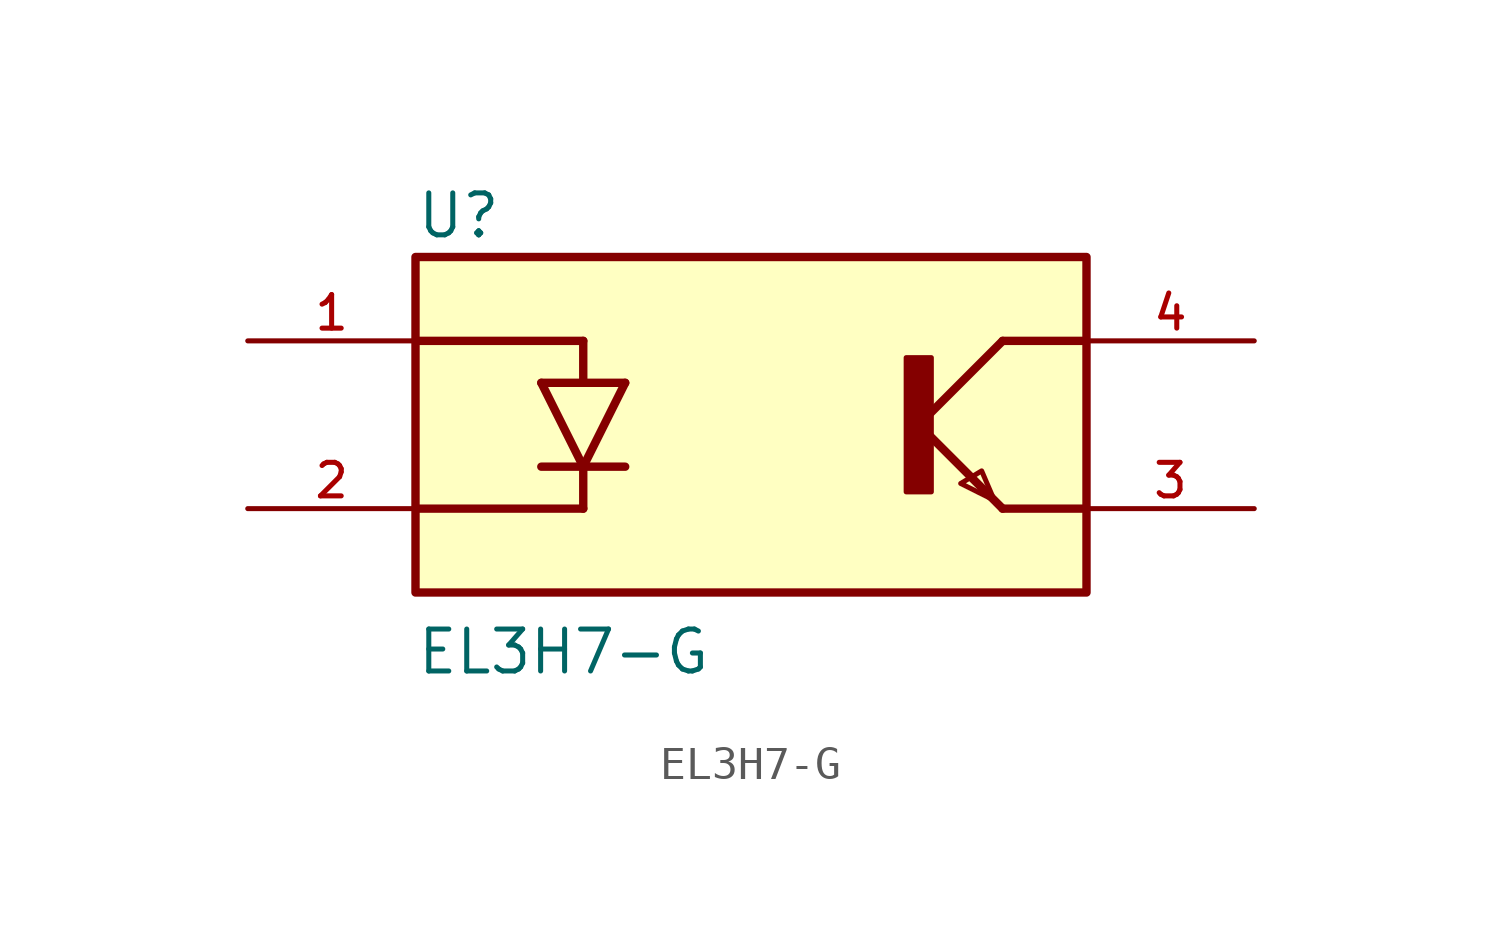
<source format=kicad_sym>
(kicad_symbol_lib
  (version 20211014)
  (generator kicad_symbol_editor)
  (symbol "EL3H7-G"
    (pin_names
      (offset 1.016) hide)
    (property "Reference" "U"
      (at -10.16 5.588 0)
      (effects (font (size 1.27 1.27)) (justify left bottom)))
    (property "Value" "EL3H7-G"
      (at -10.16 -7.62 0)
      (effects (font (size 1.27 1.27)) (justify left bottom)))
    (property "ki_locked" ""
      (at 0 0 0)
      (effects (font (size 1.27 1.27))))
    (symbol "EL3H7-G_0_0"
      (rectangle (start -10.16 -5.08) (end 10.16 5.08) (stroke (width 0.254) (type default) (color 0 0 0 0)) (fill (type background)))
      (polyline (pts (xy -10.16 -2.54) (xy -5.08 -2.54)) (stroke (width 0.254) (type default) (color 0 0 0 0)) (fill (type none)))
      (polyline (pts (xy -10.16 2.54) (xy -5.08 2.54)) (stroke (width 0.254) (type default) (color 0 0 0 0)) (fill (type none)))
      (polyline (pts (xy -6.35 -1.27) (xy -5.08 -1.27)) (stroke (width 0.254) (type default) (color 0 0 0 0)) (fill (type none)))
      (polyline (pts (xy -6.35 1.27) (xy -5.08 -1.27)) (stroke (width 0.254) (type default) (color 0 0 0 0)) (fill (type none)))
      (polyline (pts (xy -6.35 1.27) (xy -5.08 1.27)) (stroke (width 0.254) (type default) (color 0 0 0 0)) (fill (type none)))
      (polyline (pts (xy -5.08 -1.27) (xy -5.08 -2.54)) (stroke (width 0.254) (type default) (color 0 0 0 0)) (fill (type none)))
      (polyline (pts (xy -5.08 -1.27) (xy -3.81 -1.27)) (stroke (width 0.254) (type default) (color 0 0 0 0)) (fill (type none)))
      (polyline (pts (xy -5.08 -1.27) (xy -3.81 1.27)) (stroke (width 0.254) (type default) (color 0 0 0 0)) (fill (type none)))
      (polyline (pts (xy -5.08 1.27) (xy -5.08 2.54)) (stroke (width 0.254) (type default) (color 0 0 0 0)) (fill (type none)))
      (polyline (pts (xy -5.08 1.27) (xy -3.81 1.27)) (stroke (width 0.254) (type default) (color 0 0 0 0)) (fill (type none)))
      (polyline (pts (xy 5.08 0) (xy 7.62 -2.54)) (stroke (width 0.254) (type default) (color 0 0 0 0)) (fill (type none)))
      (polyline (pts (xy 7.62 -2.54) (xy 10.16 -2.54)) (stroke (width 0.254) (type default) (color 0 0 0 0)) (fill (type none)))
      (polyline (pts (xy 7.62 2.54) (xy 5.08 0)) (stroke (width 0.254) (type default) (color 0 0 0 0)) (fill (type none)))
      (polyline (pts (xy 7.62 2.54) (xy 10.16 2.54)) (stroke (width 0.254) (type default) (color 0 0 0 0)) (fill (type none)))
      (polyline (pts (xy 6.985 -1.397) (xy 7.366 -2.286) (xy 6.35 -1.778) (xy 6.985 -1.397)) (stroke (width 0.152) (type default) (color 0 0 0 0)) (fill (type background)))
      (rectangle (start 4.699 -2.032) (end 5.461 2.032) (stroke (width 0) (type default) (color 0 0 0 0)) (fill (type outline)))
      (pin passive line (at -15.24 2.54 0) (length 5.08) (name "~" (effects (font (size 1.016 1.016)))) (number "1" (effects (font (size 1.016 1.016)))))
      (pin passive line (at -15.24 -2.54 0) (length 5.08) (name "~" (effects (font (size 1.016 1.016)))) (number "2" (effects (font (size 1.016 1.016)))))
      (pin passive line (at 15.24 -2.54 180) (length 5.08) (name "~" (effects (font (size 1.016 1.016)))) (number "3" (effects (font (size 1.016 1.016)))))
      (pin passive line (at 15.24 2.54 180) (length 5.08) (name "~" (effects (font (size 1.016 1.016)))) (number "4" (effects (font (size 1.016 1.016))))))))
</source>
